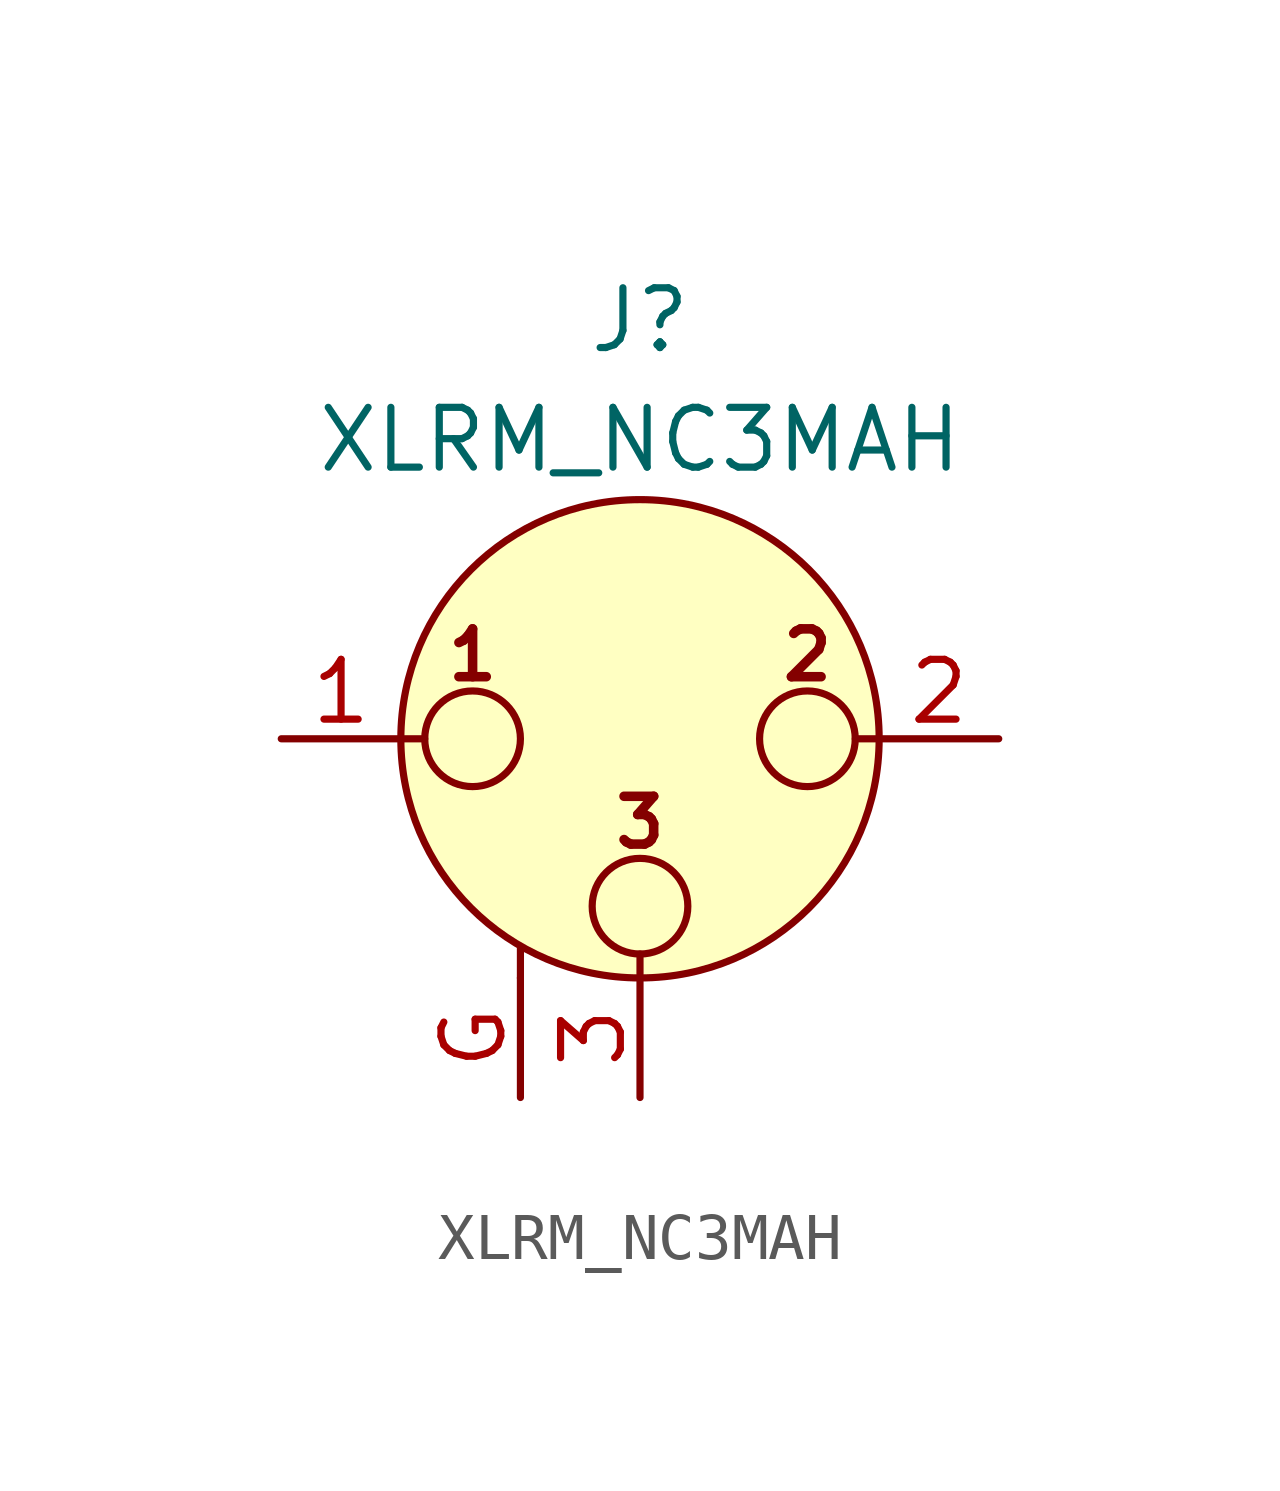
<source format=kicad_sym>
(kicad_symbol_lib
  (version 20241209)
  (generator "kicad_symbol_editor")
  (generator_version "9.0")
  (symbol "XLRM_NC3MAH"
    (pin_names
      (hide yes))
    (property "Reference" "J"
      (at 0 8.89 0)
      (effects (font (size 1.27 1.27))))
    (property "Value" "XLRM_NC3MAH"
      (at 0 6.35 0)
      (effects (font (size 1.27 1.27))))
    (symbol "XLRM_NC3MAH_0_1"
      (polyline (pts (xy -5.08 0) (xy -4.572 0)) (stroke (width 0) (type solid)) (fill (type none)))
      (circle (center -3.556 0) (radius 1.016) (stroke (width 0) (type solid)) (fill (type none)))
      (polyline (pts (xy -2.54 -5.08) (xy -2.54 -4.445)) (stroke (width 0) (type solid)) (fill (type none)))
      (circle (center 0 0) (radius 5.08) (stroke (width 0) (type solid)) (fill (type background)))
      (circle (center 0 -3.556) (radius 1.016) (stroke (width 0) (type solid)) (fill (type none)))
      (polyline (pts (xy 0 -5.08) (xy 0 -4.572)) (stroke (width 0) (type solid)) (fill (type none)))
      (circle (center 3.556 0) (radius 1.016) (stroke (width 0) (type solid)) (fill (type none)))
      (polyline (pts (xy 5.08 0) (xy 4.572 0)) (stroke (width 0) (type solid)) (fill (type none)))
      (text "1" (at -3.556 1.778 0) (effects (font (size 1.016 1.016) (bold yes))))
      (text "3" (at 0 -1.778 0) (effects (font (size 1.016 1.016) (bold yes))))
      (text "2" (at 3.556 1.778 0) (effects (font (size 1.016 1.016) (bold yes))))
      (pin passive line (at -7.62 0 0) (length 2.54) (name "~" (effects (font (size 1.27 1.27)))) (number "1" (effects (font (size 1.27 1.27)))))
      (pin passive line (at 0 -7.62 90) (length 2.54) (name "~" (effects (font (size 1.27 1.27)))) (number "3" (effects (font (size 1.27 1.27)))))
      (pin passive line (at 7.62 0 180) (length 2.54) (name "~" (effects (font (size 1.27 1.27)))) (number "2" (effects (font (size 1.27 1.27))))))
    (symbol "XLRM_NC3MAH_1_1"
      (pin passive line (at -2.54 -7.62 90) (length 2.54) (name "~" (effects (font (size 1.27 1.27)))) (number "G" (effects (font (size 1.27 1.27))))))))
</source>
